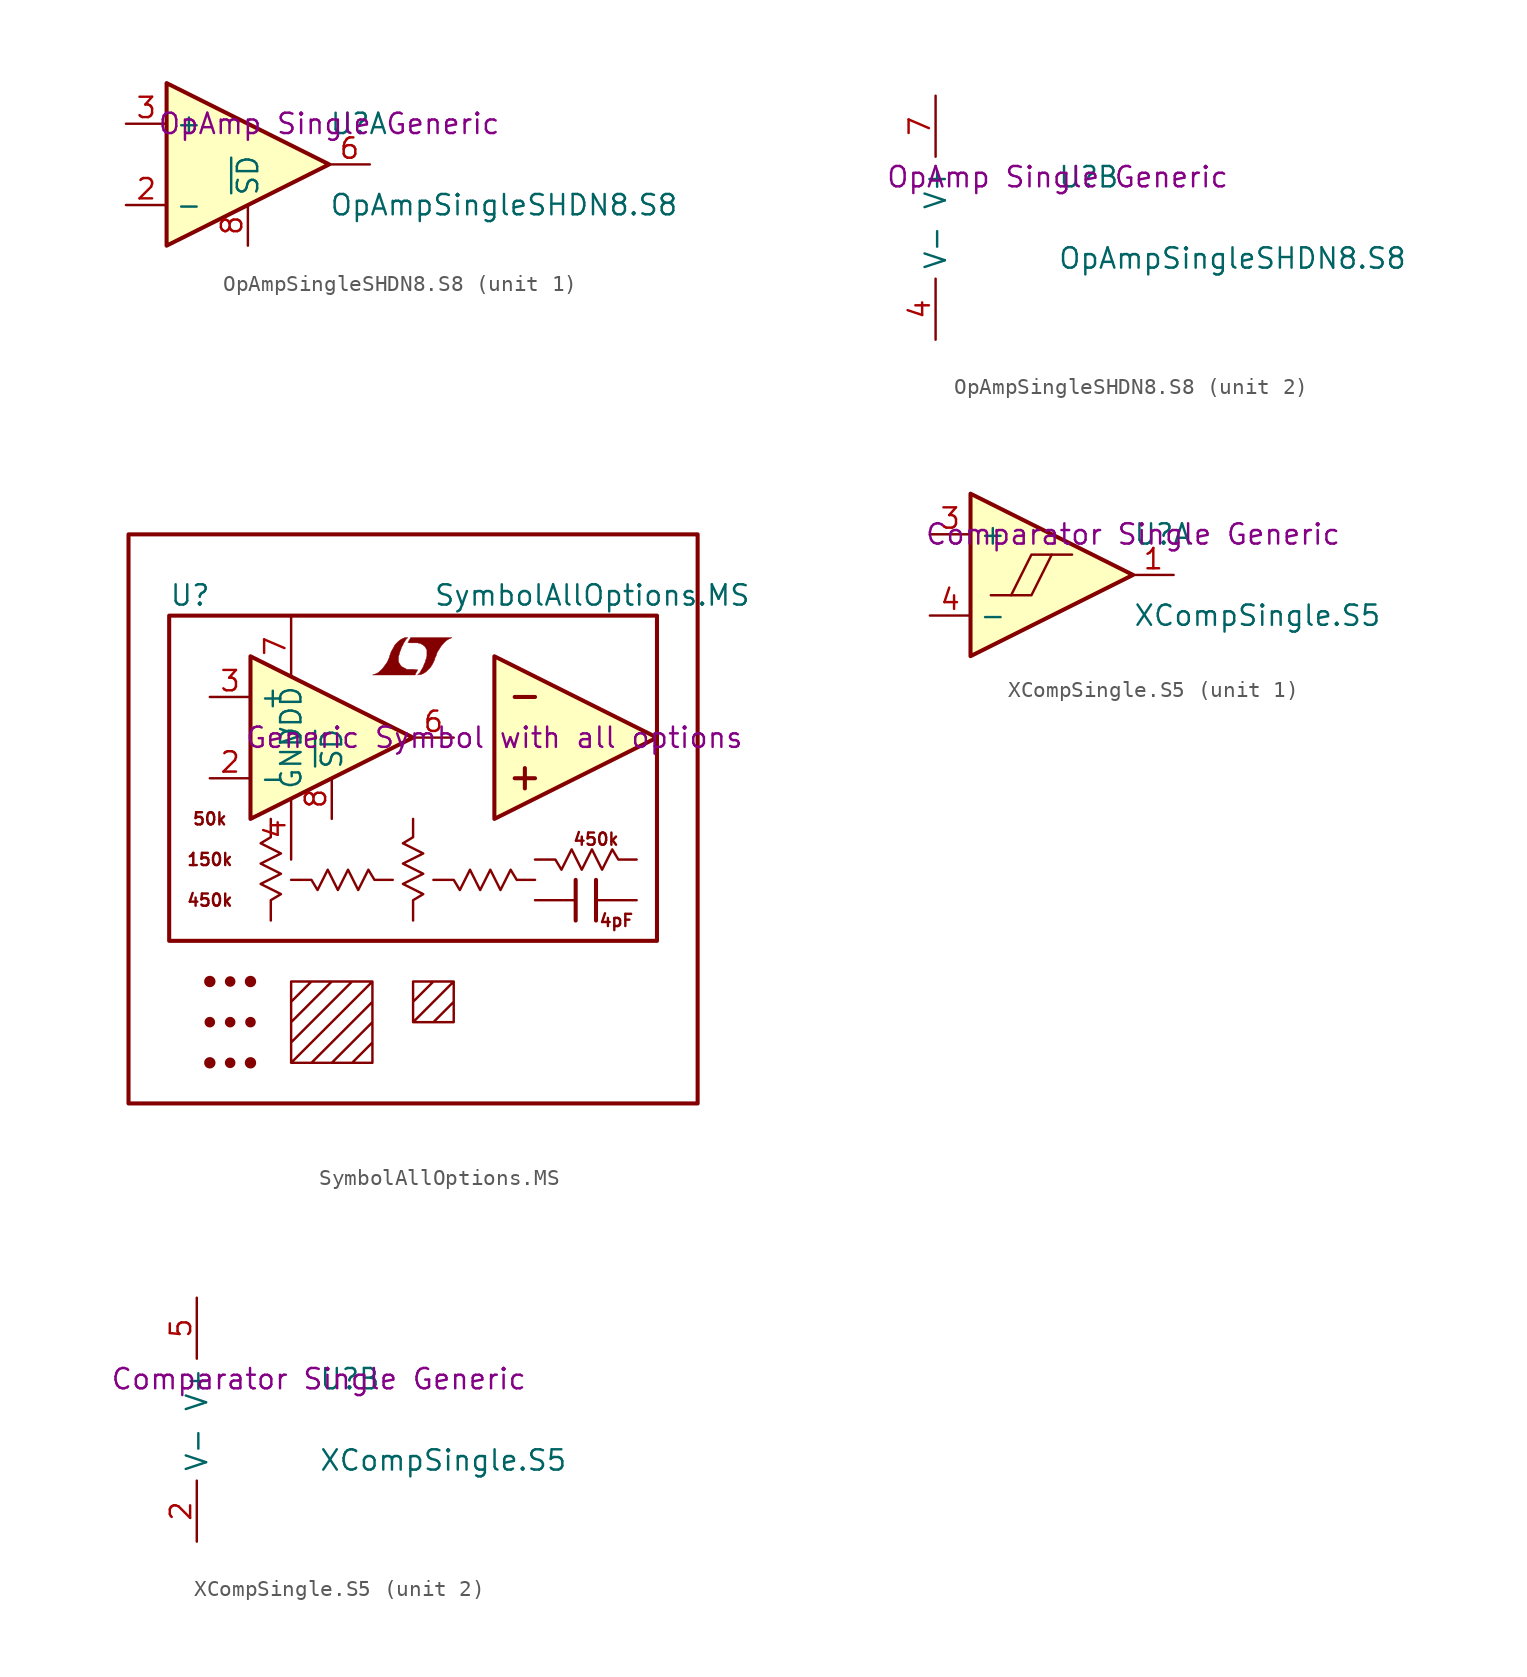
<source format=kicad_sym>
(kicad_symbol_lib
  (version 20201005)
  (generator kicad_symbol_editor)
  (symbol "OpAmpSingleSHDN8.S8"
    (property "Reference" "U"
      (at 5.08 2.54 0)
      (effects (font (size 1.27 1.27)) (justify left)))
    (property "Value" "OpAmpSingleSHDN8.S8"
      (at 5.08 -2.54 0)
      (effects (font (size 1.27 1.27)) (justify left)))
    (property "Datasheet" "OpAmp Single Generic"
      (at 5.08 2.54 0)
      (effects (font (size 1.27 1.27))))
    (property "ki_locked" ""
      (at 0 0 0)
      (effects (font (size 1.27 1.27))))
    (symbol "OpAmpSingleSHDN8.S8_1_1"
      (polyline (pts (xy 5.08 0) (xy -5.08 5.08) (xy -5.08 -5.08) (xy 5.08 0)) (stroke (width 0.254)) (fill (type background)))
      (pin input line (at -7.62 -2.54 0) (length 2.54) (name "-" (effects (font (size 1.27 1.27)))) (number "2" (effects (font (size 1.27 1.27)))))
      (pin input line (at -7.62 2.54 0) (length 2.54) (name "+" (effects (font (size 1.27 1.27)))) (number "3" (effects (font (size 1.27 1.27)))))
      (pin output line (at 7.62 0 180) (length 2.54) (name "~" (effects (font (size 1.27 1.27)))) (number "6" (effects (font (size 1.27 1.27)))))
      (pin input line (at 0 -5.08 90) (length 2.54) (name "~SD~" (effects (font (size 1.27 1.27)))) (number "8" (effects (font (size 1.27 1.27))))))
    (symbol "OpAmpSingleSHDN8.S8_2_1"
      (pin unconnected line (at -7.62 0 0) (length 2.54) hide (name "NC" (effects (font (size 1.27 1.27)))) (number "1" (effects (font (size 1.27 1.27)))))
      (pin power_in line (at -2.54 -7.62 90) (length 3.81) (name "V-" (effects (font (size 1.27 1.27)))) (number "4" (effects (font (size 1.27 1.27)))))
      (pin unconnected line (at -7.62 0 0) (length 2.54) hide (name "NC" (effects (font (size 1.27 1.27)))) (number "5" (effects (font (size 1.27 1.27)))))
      (pin power_in line (at -2.54 7.62 270) (length 3.81) (name "V+" (effects (font (size 1.27 1.27)))) (number "7" (effects (font (size 1.27 1.27)))))))
  (symbol "SymbolAllOptions.MS"
    (property "Reference" "U"
      (at -15.24 11.43 0)
      (effects (font (size 1.27 1.27)) (justify left)))
    (property "Value" "SymbolAllOptions.MS"
      (at 1.27 11.43 0)
      (effects (font (size 1.27 1.27)) (justify left)))
    (property "Datasheet" "Generic Symbol with all options"
      (at 5.08 2.54 0)
      (effects (font (size 1.27 1.27))))
    (symbol "SymbolAllOptions.MS_0_1"
      (circle (center -12.7 -17.78) (radius 0.279) (stroke (width 0)) (fill (type outline)))
      (circle (center -12.7 -15.24) (radius 0.254) (stroke (width 0)) (fill (type outline)))
      (circle (center -12.7 -12.7) (radius 0.279) (stroke (width 0)) (fill (type outline)))
      (circle (center -11.43 -17.78) (radius 0.254) (stroke (width 0)) (fill (type outline)))
      (circle (center -11.43 -15.24) (radius 0.254) (stroke (width 0)) (fill (type outline)))
      (circle (center -11.43 -12.7) (radius 0.254) (stroke (width 0)) (fill (type outline)))
      (circle (center -10.16 -17.78) (radius 0.279) (stroke (width 0)) (fill (type outline)))
      (circle (center -10.16 -15.24) (radius 0.254) (stroke (width 0)) (fill (type outline)))
      (circle (center -10.16 -12.7) (radius 0.279) (stroke (width 0)) (fill (type outline)))
      (text "150k" (at -12.7 -5.08 0) (effects (font (size 0.762 0.762))))
      (text "450k" (at -12.7 -7.62 0) (effects (font (size 0.762 0.762))))
      (text "450k" (at 11.43 -3.81 0) (effects (font (size 0.762 0.762))))
      (text "4pF" (at 12.7 -8.89 0) (effects (font (size 0.762 0.762))))
      (text "50k" (at -12.7 -2.54 0) (effects (font (size 0.762 0.762))))
      (rectangle (start -17.78 15.24) (end 17.78 -20.32) (stroke (width 0.254)) (fill (type none)))
      (rectangle (start -15.24 10.16) (end 15.24 -10.16) (stroke (width 0.254)) (fill (type none)))
      (polyline (pts (xy 6.35 0) (xy 7.62 0)) (stroke (width 0.254)) (fill (type none)))
      (polyline (pts (xy 6.35 5.08) (xy 7.62 5.08)) (stroke (width 0.254)) (fill (type none)))
      (polyline (pts (xy 6.985 0.635) (xy 6.985 -0.635)) (stroke (width 0.254)) (fill (type none)))
      (polyline (pts (xy 7.62 -7.62) (xy 10.16 -7.62)) (stroke (width 0)) (fill (type none)))
      (polyline (pts (xy 10.16 -6.35) (xy 10.16 -8.89)) (stroke (width 0.254)) (fill (type none)))
      (polyline (pts (xy 11.43 -7.62) (xy 13.97 -7.62)) (stroke (width 0)) (fill (type none)))
      (polyline (pts (xy 11.43 -6.35) (xy 11.43 -8.89)) (stroke (width 0.254)) (fill (type none)))
      (polyline (pts (xy 5.08 -2.54) (xy 5.08 7.62) (xy 15.24 2.54) (xy 5.08 -2.54)) (stroke (width 0.254)) (fill (type background)))
      (polyline (pts (xy -7.62 -6.35) (xy -6.35 -6.35) (xy -5.969 -6.985) (xy -5.334 -5.715) (xy -4.699 -6.985) (xy -4.064 -5.715) (xy -3.429 -6.985) (xy -2.794 -5.715) (xy -2.413 -6.35) (xy -1.27 -6.35)) (stroke (width 0)) (fill (type none)))
      (polyline (pts (xy 1.27 -6.35) (xy 2.54 -6.35) (xy 2.921 -6.985) (xy 3.556 -5.715) (xy 4.191 -6.985) (xy 4.826 -5.715) (xy 5.461 -6.985) (xy 6.096 -5.715) (xy 6.477 -6.35) (xy 7.62 -6.35)) (stroke (width 0)) (fill (type none)))
      (polyline (pts (xy 7.62 -5.08) (xy 8.89 -5.08) (xy 9.271 -5.715) (xy 9.906 -4.445) (xy 10.541 -5.715) (xy 11.176 -4.445) (xy 11.811 -5.715) (xy 12.446 -4.445) (xy 12.827 -5.08) (xy 13.97 -5.08)) (stroke (width 0)) (fill (type none)))
      (polyline (pts (xy 0 -13.97) (xy 1.27 -12.7) (xy 2.54 -12.7) (xy 0 -15.24) (xy 1.27 -15.24) (xy 2.54 -13.97) (xy 2.54 -15.24) (xy 0 -15.24) (xy 0 -12.7) (xy 2.54 -12.7) (xy 2.54 -15.24)) (stroke (width 0)) (fill (type none)))
      (polyline (pts (xy -7.62 -13.97) (xy -6.35 -12.7) (xy -5.08 -12.7) (xy -7.62 -15.24) (xy -7.62 -16.51) (xy -3.81 -12.7) (xy -2.54 -12.7) (xy -7.62 -17.78) (xy -6.35 -17.78) (xy -2.54 -13.97) (xy -2.54 -15.24) (xy -5.08 -17.78) (xy -3.81 -17.78) (xy -2.54 -16.51) (xy -2.54 -17.78) (xy -7.62 -17.78) (xy -7.62 -12.7) (xy -2.54 -12.7) (xy -2.54 -17.78)) (stroke (width 0)) (fill (type none)))
      (polyline (pts (xy 0.203 6.629) (xy 0.229 6.655) (xy 0.279 6.756) (xy 0.279 6.782) (xy 0.152 6.782) (xy 0.051 6.807) (xy -0.406 6.807) (xy -0.432 6.833) (xy -0.686 6.96) (xy -0.787 7.061) (xy -0.864 7.188) (xy -0.914 7.29) (xy -0.914 7.595) (xy -0.864 7.747) (xy -0.838 7.849) (xy -0.813 7.925) (xy -0.762 8.052) (xy -0.711 8.204) (xy -0.635 8.331) (xy -0.584 8.458) (xy -0.508 8.56) (xy -0.457 8.661) (xy -0.33 8.788) (xy -0.508 8.788) (xy -0.635 8.738) (xy -0.737 8.687) (xy -0.813 8.636) (xy -0.94 8.534) (xy -1.118 8.357) (xy -1.372 7.899) (xy -1.473 7.62) (xy -1.473 7.569) (xy -1.524 7.468) (xy -1.575 7.341) (xy -1.626 7.239) (xy -1.753 7.061) (xy -1.905 6.858) (xy -2.057 6.706) (xy -2.21 6.579) (xy -2.388 6.502) (xy -2.54 6.452) (xy 0.127 6.452) (xy 0.203 6.629)) (stroke (width 0.025)) (fill (type outline)))
      (polyline (pts (xy 0.406 6.477) (xy 0.483 6.477) (xy 0.66 6.553) (xy 0.813 6.655) (xy 1.092 6.934) (xy 1.219 7.137) (xy 1.321 7.341) (xy 1.397 7.595) (xy 1.422 7.595) (xy 1.499 7.849) (xy 1.753 8.255) (xy 1.905 8.433) (xy 2.057 8.585) (xy 2.21 8.687) (xy 2.388 8.763) (xy 2.413 8.763) (xy 2.413 8.788) (xy -0.152 8.788) (xy -0.229 8.636) (xy -0.254 8.611) (xy -0.305 8.509) (xy -0.33 8.484) (xy -0.279 8.484) (xy -0.229 8.458) (xy 0.305 8.458) (xy 0.356 8.433) (xy 0.406 8.433) (xy 0.483 8.407) (xy 0.61 8.331) (xy 0.737 8.23) (xy 0.813 8.103) (xy 0.838 8.052) (xy 0.864 8.026) (xy 0.864 7.62) (xy 0.838 7.569) (xy 0.838 7.493) (xy 0.787 7.391) (xy 0.762 7.264) (xy 0.686 7.112) (xy 0.635 6.96) (xy 0.483 6.706) (xy 0.432 6.604) (xy 0.279 6.452) (xy 0.406 6.477)) (stroke (width 0.025)) (fill (type outline))))
    (symbol "SymbolAllOptions.MS_1_1"
      (polyline (pts (xy 0 2.54) (xy -10.16 7.62) (xy -10.16 -2.54) (xy 0 2.54)) (stroke (width 0.254)) (fill (type background)))
      (polyline (pts (xy -8.89 -8.89) (xy -8.89 -7.62) (xy -8.255 -7.239) (xy -9.525 -6.604) (xy -8.255 -5.969) (xy -9.525 -5.334) (xy -8.255 -4.699) (xy -9.525 -4.064) (xy -8.89 -3.683) (xy -8.89 -2.54)) (stroke (width 0)) (fill (type none)))
      (polyline (pts (xy 0 -8.89) (xy 0 -7.62) (xy 0.635 -7.239) (xy -0.635 -6.604) (xy 0.635 -5.969) (xy -0.635 -5.334) (xy 0.635 -4.699) (xy -0.635 -4.064) (xy 0 -3.683) (xy 0 -2.54)) (stroke (width 0)) (fill (type none)))
      (pin input line (at -12.7 0 0) (length 2.54) (name "-" (effects (font (size 1.27 1.27)))) (number "2" (effects (font (size 1.27 1.27)))))
      (pin input line (at -12.7 5.08 0) (length 2.54) (name "+" (effects (font (size 1.27 1.27)))) (number "3" (effects (font (size 1.27 1.27)))))
      (pin power_in line (at -7.62 -5.08 90) (length 3.81) (name "GND" (effects (font (size 1.27 1.27)))) (number "4" (effects (font (size 1.27 1.27)))))
      (pin output line (at 2.54 2.54 180) (length 2.54) (name "~" (effects (font (size 1.27 1.27)))) (number "6" (effects (font (size 1.27 1.27)))))
      (pin power_in line (at -7.62 10.16 270) (length 3.81) (name "VDD" (effects (font (size 1.27 1.27)))) (number "7" (effects (font (size 1.27 1.27)))))
      (pin input line (at -5.08 -2.54 90) (length 2.54) (name "~SD~" (effects (font (size 1.27 1.27)))) (number "8" (effects (font (size 1.27 1.27)))))))
  (symbol "XCompSingle.S5"
    (property "Reference" "U"
      (at 5.08 2.54 0)
      (effects (font (size 1.27 1.27)) (justify left)))
    (property "Value" "XCompSingle.S5"
      (at 5.08 -2.54 0)
      (effects (font (size 1.27 1.27)) (justify left)))
    (property "Datasheet" "Comparator Single Generic"
      (at 5.08 2.54 0)
      (effects (font (size 1.27 1.27))))
    (property "ki_locked" ""
      (at 0 0 0)
      (effects (font (size 1.27 1.27))))
    (symbol "XCompSingle.S5_1_1"
      (polyline (pts (xy -3.81 -1.27) (xy -2.54 -1.27) (xy -1.27 1.27) (xy 0 1.27)) (stroke (width 0)) (fill (type none)))
      (polyline (pts (xy -2.54 -1.27) (xy -1.27 -1.27) (xy 0 1.27) (xy 1.27 1.27)) (stroke (width 0)) (fill (type none)))
      (polyline (pts (xy 5.08 0) (xy -5.08 5.08) (xy -5.08 -5.08) (xy 5.08 0)) (stroke (width 0.254)) (fill (type background)))
      (pin output line (at 7.62 0 180) (length 2.54) (name "~" (effects (font (size 1.27 1.27)))) (number "1" (effects (font (size 1.27 1.27)))))
      (pin input line (at -7.62 2.54 0) (length 2.54) (name "+" (effects (font (size 1.27 1.27)))) (number "3" (effects (font (size 1.27 1.27)))))
      (pin input line (at -7.62 -2.54 0) (length 2.54) (name "-" (effects (font (size 1.27 1.27)))) (number "4" (effects (font (size 1.27 1.27))))))
    (symbol "XCompSingle.S5_2_1"
      (pin power_in line (at -2.54 -7.62 90) (length 3.81) (name "V-" (effects (font (size 1.27 1.27)))) (number "2" (effects (font (size 1.27 1.27)))))
      (pin power_in line (at -2.54 7.62 270) (length 3.81) (name "V+" (effects (font (size 1.27 1.27)))) (number "5" (effects (font (size 1.27 1.27))))))))
</source>
